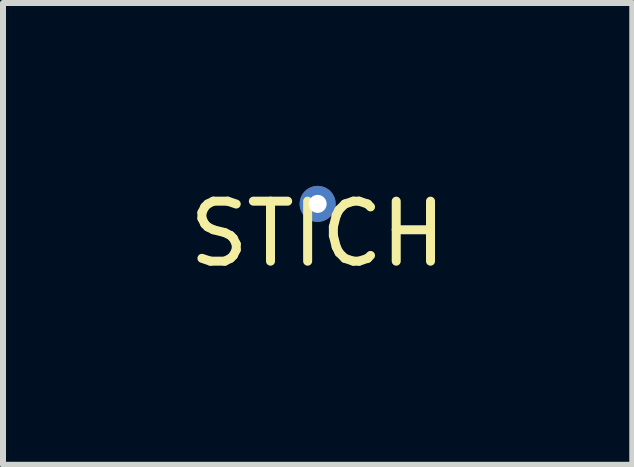
<source format=kicad_pcb>
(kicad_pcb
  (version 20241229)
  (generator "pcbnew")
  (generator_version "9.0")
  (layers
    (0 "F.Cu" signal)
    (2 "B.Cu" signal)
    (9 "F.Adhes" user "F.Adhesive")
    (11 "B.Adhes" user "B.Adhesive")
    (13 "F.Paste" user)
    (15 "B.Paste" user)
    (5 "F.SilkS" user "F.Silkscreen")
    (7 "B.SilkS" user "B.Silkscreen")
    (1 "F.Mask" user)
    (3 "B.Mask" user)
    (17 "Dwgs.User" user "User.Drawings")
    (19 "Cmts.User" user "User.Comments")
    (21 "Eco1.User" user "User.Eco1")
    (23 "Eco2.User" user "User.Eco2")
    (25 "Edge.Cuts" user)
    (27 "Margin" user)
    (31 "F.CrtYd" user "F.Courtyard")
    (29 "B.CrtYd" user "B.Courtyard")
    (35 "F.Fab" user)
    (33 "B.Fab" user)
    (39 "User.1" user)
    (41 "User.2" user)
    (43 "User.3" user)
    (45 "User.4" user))
  (footprint "STICH"
    (layer "F.Cu")
    (at 2.244 0.348)
    (property "Reference" "STICH" (at 0 0.5 0) (layer "F.SilkS") (effects (font (size 1 1) (thickness 0.15))))
    (attr through_hole)
    (pad "1" thru_hole circle (at 0 0) (size 0.6 0.6) (drill 0.3) (layers "*.Cu")))
  (gr_rect
    (start -3 -3)
    (end 7.488 4.697)
    (stroke (width 0.1) (type default))
    (fill no)
    (layer "Edge.Cuts")))
</source>
